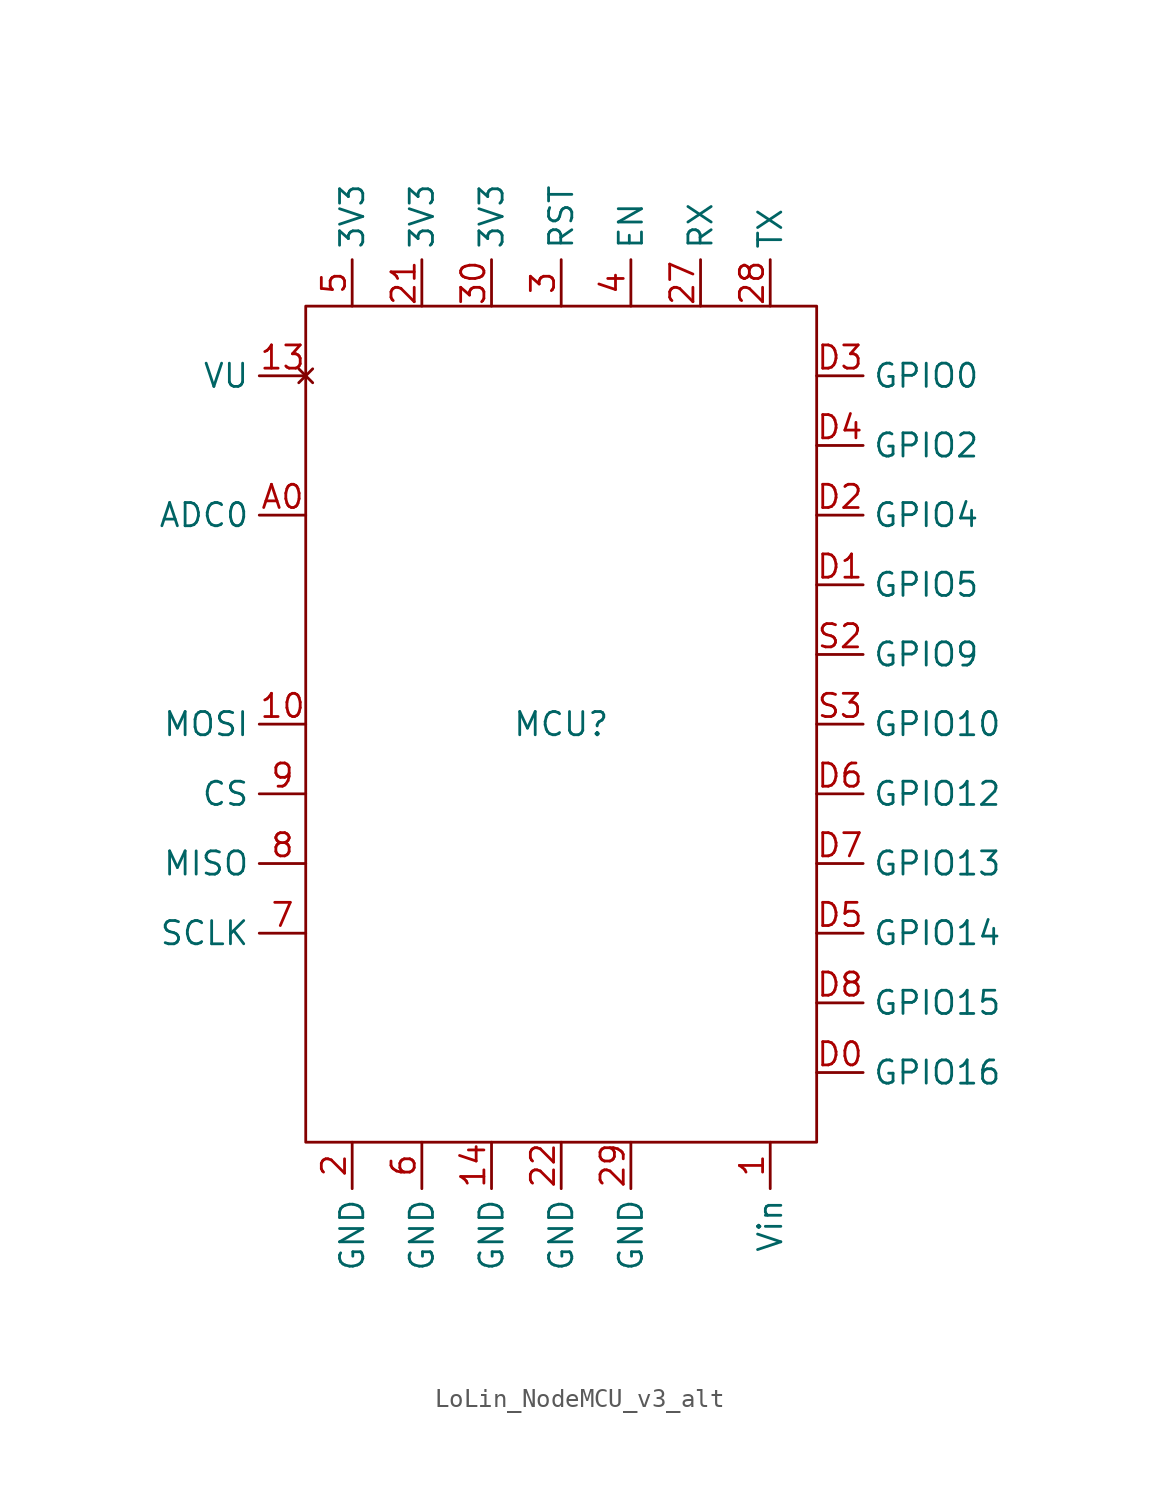
<source format=kicad_sym>
(kicad_symbol_lib
  (version 20220914)
  (generator kicad_symbol_editor)
  (symbol "LoLin_NodeMCU_v3_alt"
    (property "Reference" "MCU"
      (at 0 0 0)
      (effects (font (size 1.27 1.27))))
    (property "Value" ""
      (at -21.59 0 0)
      (effects (font (size 1.27 1.27))))
    (symbol "LoLin_NodeMCU_v3_alt_0_1"
      (rectangle (start -13.97 22.86) (end 13.97 -22.86) (stroke (width 0) (type default)) (fill (type none))))
    (symbol "LoLin_NodeMCU_v3_alt_1_1"
      (pin power_in line (at 11.43 -22.86 270) (length 2.54) (name "Vin" (effects (font (size 1.27 1.27)))) (number "1" (effects (font (size 1.27 1.27)))))
      (pin input line (at -13.97 0 180) (length 2.54) (name "MOSI" (effects (font (size 1.27 1.27)))) (number "10" (effects (font (size 1.27 1.27)))))
      (pin no_connect line (at -13.97 19.05 180) (length 2.54) (name "VU" (effects (font (size 1.27 1.27)))) (number "13" (effects (font (size 1.27 1.27)))))
      (pin power_in line (at -3.81 -22.86 270) (length 2.54) (name "GND" (effects (font (size 1.27 1.27)))) (number "14" (effects (font (size 1.27 1.27)))))
      (pin power_in line (at -11.43 -22.86 270) (length 2.54) (name "GND" (effects (font (size 1.27 1.27)))) (number "2" (effects (font (size 1.27 1.27)))))
      (pin power_out line (at -7.62 22.86 90) (length 2.54) (name "3V3" (effects (font (size 1.27 1.27)))) (number "21" (effects (font (size 1.27 1.27)))))
      (pin power_in line (at 0 -22.86 270) (length 2.54) (name "GND" (effects (font (size 1.27 1.27)))) (number "22" (effects (font (size 1.27 1.27)))))
      (pin input line (at 7.62 22.86 90) (length 2.54) (name "RX" (effects (font (size 1.27 1.27)))) (number "27" (effects (font (size 1.27 1.27)))))
      (pin output line (at 11.43 22.86 90) (length 2.54) (name "TX" (effects (font (size 1.27 1.27)))) (number "28" (effects (font (size 1.27 1.27)))))
      (pin power_in line (at 3.81 -22.86 270) (length 2.54) (name "GND" (effects (font (size 1.27 1.27)))) (number "29" (effects (font (size 1.27 1.27)))))
      (pin input line (at 0 22.86 90) (length 2.54) (name "RST" (effects (font (size 1.27 1.27)))) (number "3" (effects (font (size 1.27 1.27)))))
      (pin power_out line (at -3.81 22.86 90) (length 2.54) (name "3V3" (effects (font (size 1.27 1.27)))) (number "30" (effects (font (size 1.27 1.27)))))
      (pin input line (at 3.81 22.86 90) (length 2.54) (name "EN" (effects (font (size 1.27 1.27)))) (number "4" (effects (font (size 1.27 1.27)))))
      (pin power_out line (at -11.43 22.86 90) (length 2.54) (name "3V3" (effects (font (size 1.27 1.27)))) (number "5" (effects (font (size 1.27 1.27)))))
      (pin power_in line (at -7.62 -22.86 270) (length 2.54) (name "GND" (effects (font (size 1.27 1.27)))) (number "6" (effects (font (size 1.27 1.27)))))
      (pin input line (at -13.97 -11.43 180) (length 2.54) (name "SCLK" (effects (font (size 1.27 1.27)))) (number "7" (effects (font (size 1.27 1.27)))))
      (pin input line (at -13.97 -7.62 180) (length 2.54) (name "MISO" (effects (font (size 1.27 1.27)))) (number "8" (effects (font (size 1.27 1.27)))))
      (pin input line (at -13.97 -3.81 180) (length 2.54) (name "CS" (effects (font (size 1.27 1.27)))) (number "9" (effects (font (size 1.27 1.27)))))
      (pin input line (at -13.97 11.43 180) (length 2.54) (name "ADC0" (effects (font (size 1.27 1.27)))) (number "A0" (effects (font (size 1.27 1.27)))))
      (pin bidirectional line (at 13.97 -19.05 0) (length 2.54) (name "GPIO16" (effects (font (size 1.27 1.27)))) (number "D0" (effects (font (size 1.27 1.27)))))
      (pin bidirectional line (at 13.97 7.62 0) (length 2.54) (name "GPIO5" (effects (font (size 1.27 1.27)))) (number "D1" (effects (font (size 1.27 1.27)))))
      (pin bidirectional line (at 13.97 11.43 0) (length 2.54) (name "GPIO4" (effects (font (size 1.27 1.27)))) (number "D2" (effects (font (size 1.27 1.27)))))
      (pin bidirectional line (at 13.97 19.05 0) (length 2.54) (name "GPIO0" (effects (font (size 1.27 1.27)))) (number "D3" (effects (font (size 1.27 1.27)))))
      (pin bidirectional line (at 13.97 15.24 0) (length 2.54) (name "GPIO2" (effects (font (size 1.27 1.27)))) (number "D4" (effects (font (size 1.27 1.27)))))
      (pin bidirectional line (at 13.97 -11.43 0) (length 2.54) (name "GPIO14" (effects (font (size 1.27 1.27)))) (number "D5" (effects (font (size 1.27 1.27)))))
      (pin bidirectional line (at 13.97 -3.81 0) (length 2.54) (name "GPIO12" (effects (font (size 1.27 1.27)))) (number "D6" (effects (font (size 1.27 1.27)))))
      (pin bidirectional line (at 13.97 -7.62 0) (length 2.54) (name "GPIO13" (effects (font (size 1.27 1.27)))) (number "D7" (effects (font (size 1.27 1.27)))))
      (pin bidirectional line (at 13.97 -15.24 0) (length 2.54) (name "GPIO15" (effects (font (size 1.27 1.27)))) (number "D8" (effects (font (size 1.27 1.27)))))
      (pin bidirectional line (at 13.97 3.81 0) (length 2.54) (name "GPIO9" (effects (font (size 1.27 1.27)))) (number "S2" (effects (font (size 1.27 1.27)))))
      (pin bidirectional line (at 13.97 0 0) (length 2.54) (name "GPIO10" (effects (font (size 1.27 1.27)))) (number "S3" (effects (font (size 1.27 1.27))))))))
</source>
